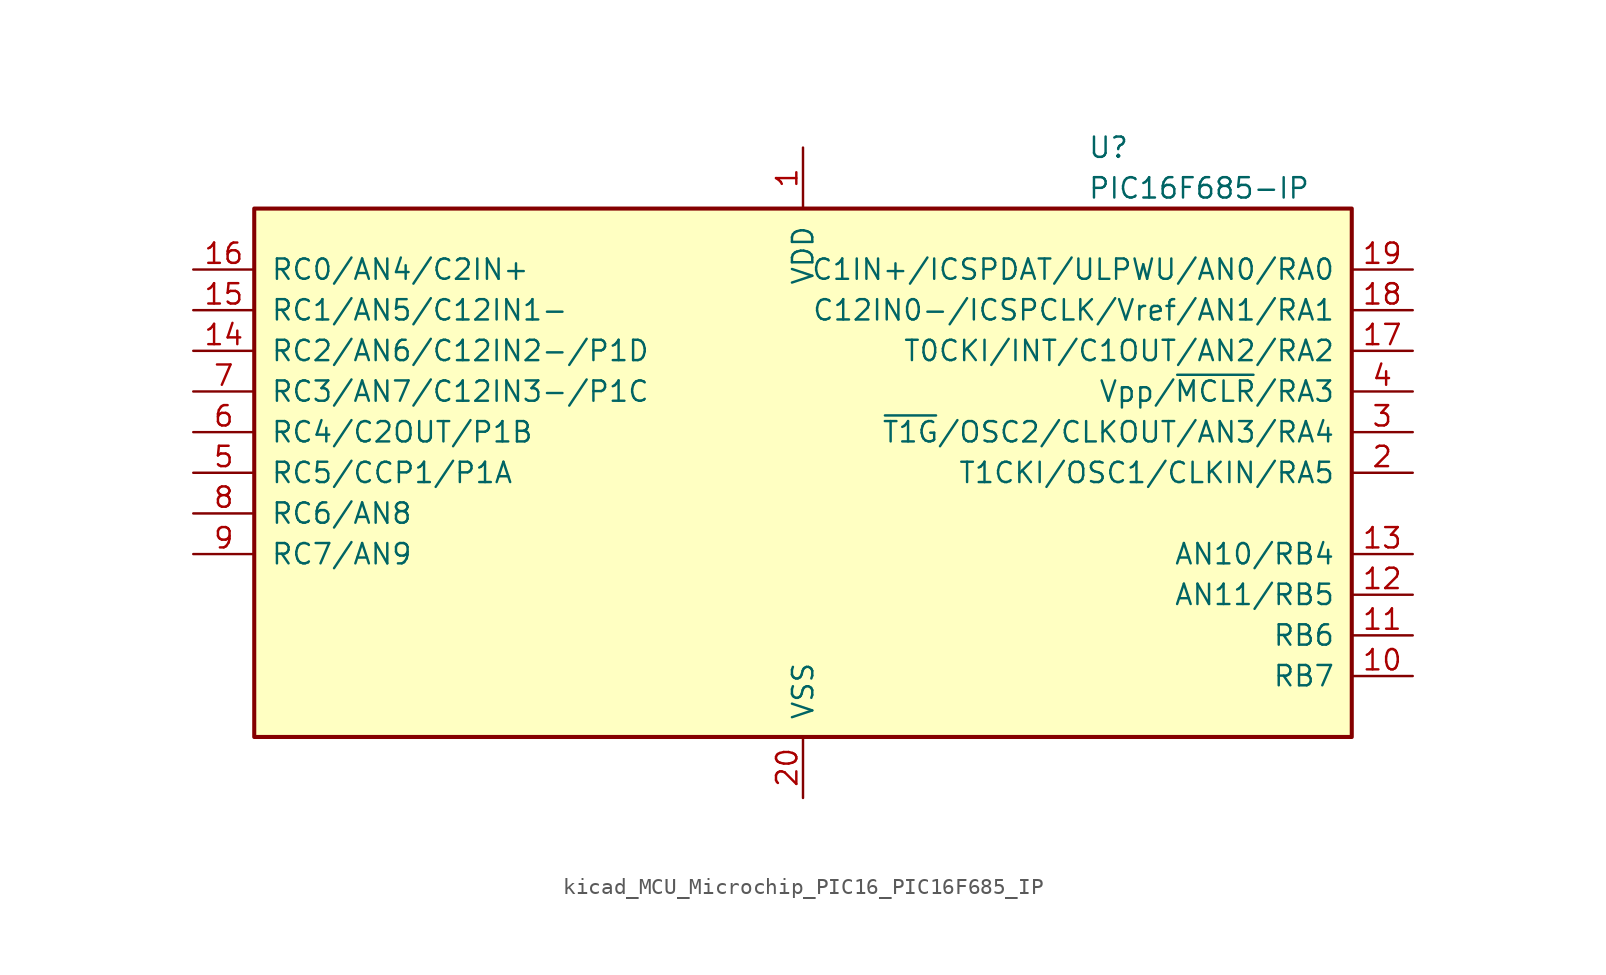
<source format=kicad_sym>
(kicad_symbol_lib
  (version 20220914)
  (generator kicad_symbol_editor)
  (symbol "kicad_MCU_Microchip_PIC16_PIC16F685_IP"
    (pin_names
      (offset 1.016))
    (property "Reference" "U"
      (at 17.78 20.32 0)
      (effects (font (size 1.27 1.27)) (justify left)))
    (property "Value" "PIC16F685-IP"
      (at 17.78 17.78 0)
      (effects (font (size 1.27 1.27)) (justify left)))
    (symbol "kicad_MCU_Microchip_PIC16_PIC16F685_IP_0_1"
      (rectangle (start -34.29 16.51) (end 34.29 -16.51) (stroke (width 0.254) (type default)) (fill (type background))))
    (symbol "kicad_MCU_Microchip_PIC16_PIC16F685_IP_1_1"
      (pin power_in line (at 0 20.32 270) (length 3.81) (name "VDD" (effects (font (size 1.27 1.27)))) (number "1" (effects (font (size 1.27 1.27)))))
      (pin bidirectional line (at 38.1 -12.7 180) (length 3.81) (name "RB7" (effects (font (size 1.27 1.27)))) (number "10" (effects (font (size 1.27 1.27)))))
      (pin bidirectional line (at 38.1 -10.16 180) (length 3.81) (name "RB6" (effects (font (size 1.27 1.27)))) (number "11" (effects (font (size 1.27 1.27)))))
      (pin bidirectional line (at 38.1 -7.62 180) (length 3.81) (name "AN11/RB5" (effects (font (size 1.27 1.27)))) (number "12" (effects (font (size 1.27 1.27)))))
      (pin bidirectional line (at 38.1 -5.08 180) (length 3.81) (name "AN10/RB4" (effects (font (size 1.27 1.27)))) (number "13" (effects (font (size 1.27 1.27)))))
      (pin bidirectional line (at -38.1 7.62 0) (length 3.81) (name "RC2/AN6/C12IN2-/P1D" (effects (font (size 1.27 1.27)))) (number "14" (effects (font (size 1.27 1.27)))))
      (pin bidirectional line (at -38.1 10.16 0) (length 3.81) (name "RC1/AN5/C12IN1-" (effects (font (size 1.27 1.27)))) (number "15" (effects (font (size 1.27 1.27)))))
      (pin bidirectional line (at -38.1 12.7 0) (length 3.81) (name "RC0/AN4/C2IN+" (effects (font (size 1.27 1.27)))) (number "16" (effects (font (size 1.27 1.27)))))
      (pin bidirectional line (at 38.1 7.62 180) (length 3.81) (name "T0CKI/INT/C1OUT/AN2/RA2" (effects (font (size 1.27 1.27)))) (number "17" (effects (font (size 1.27 1.27)))))
      (pin bidirectional line (at 38.1 10.16 180) (length 3.81) (name "C12IN0-/ICSPCLK/Vref/AN1/RA1" (effects (font (size 1.27 1.27)))) (number "18" (effects (font (size 1.27 1.27)))))
      (pin bidirectional line (at 38.1 12.7 180) (length 3.81) (name "C1IN+/ICSPDAT/ULPWU/AN0/RA0" (effects (font (size 1.27 1.27)))) (number "19" (effects (font (size 1.27 1.27)))))
      (pin bidirectional line (at 38.1 0 180) (length 3.81) (name "T1CKI/OSC1/CLKIN/RA5" (effects (font (size 1.27 1.27)))) (number "2" (effects (font (size 1.27 1.27)))))
      (pin power_in line (at 0 -20.32 90) (length 3.81) (name "VSS" (effects (font (size 1.27 1.27)))) (number "20" (effects (font (size 1.27 1.27)))))
      (pin bidirectional line (at 38.1 2.54 180) (length 3.81) (name "~{T1G}/OSC2/CLKOUT/AN3/RA4" (effects (font (size 1.27 1.27)))) (number "3" (effects (font (size 1.27 1.27)))))
      (pin input line (at 38.1 5.08 180) (length 3.81) (name "Vpp/~{MCLR}/RA3" (effects (font (size 1.27 1.27)))) (number "4" (effects (font (size 1.27 1.27)))))
      (pin bidirectional line (at -38.1 0 0) (length 3.81) (name "RC5/CCP1/P1A" (effects (font (size 1.27 1.27)))) (number "5" (effects (font (size 1.27 1.27)))))
      (pin bidirectional line (at -38.1 2.54 0) (length 3.81) (name "RC4/C2OUT/P1B" (effects (font (size 1.27 1.27)))) (number "6" (effects (font (size 1.27 1.27)))))
      (pin bidirectional line (at -38.1 5.08 0) (length 3.81) (name "RC3/AN7/C12IN3-/P1C" (effects (font (size 1.27 1.27)))) (number "7" (effects (font (size 1.27 1.27)))))
      (pin bidirectional line (at -38.1 -2.54 0) (length 3.81) (name "RC6/AN8" (effects (font (size 1.27 1.27)))) (number "8" (effects (font (size 1.27 1.27)))))
      (pin bidirectional line (at -38.1 -5.08 0) (length 3.81) (name "RC7/AN9" (effects (font (size 1.27 1.27)))) (number "9" (effects (font (size 1.27 1.27))))))))
</source>
